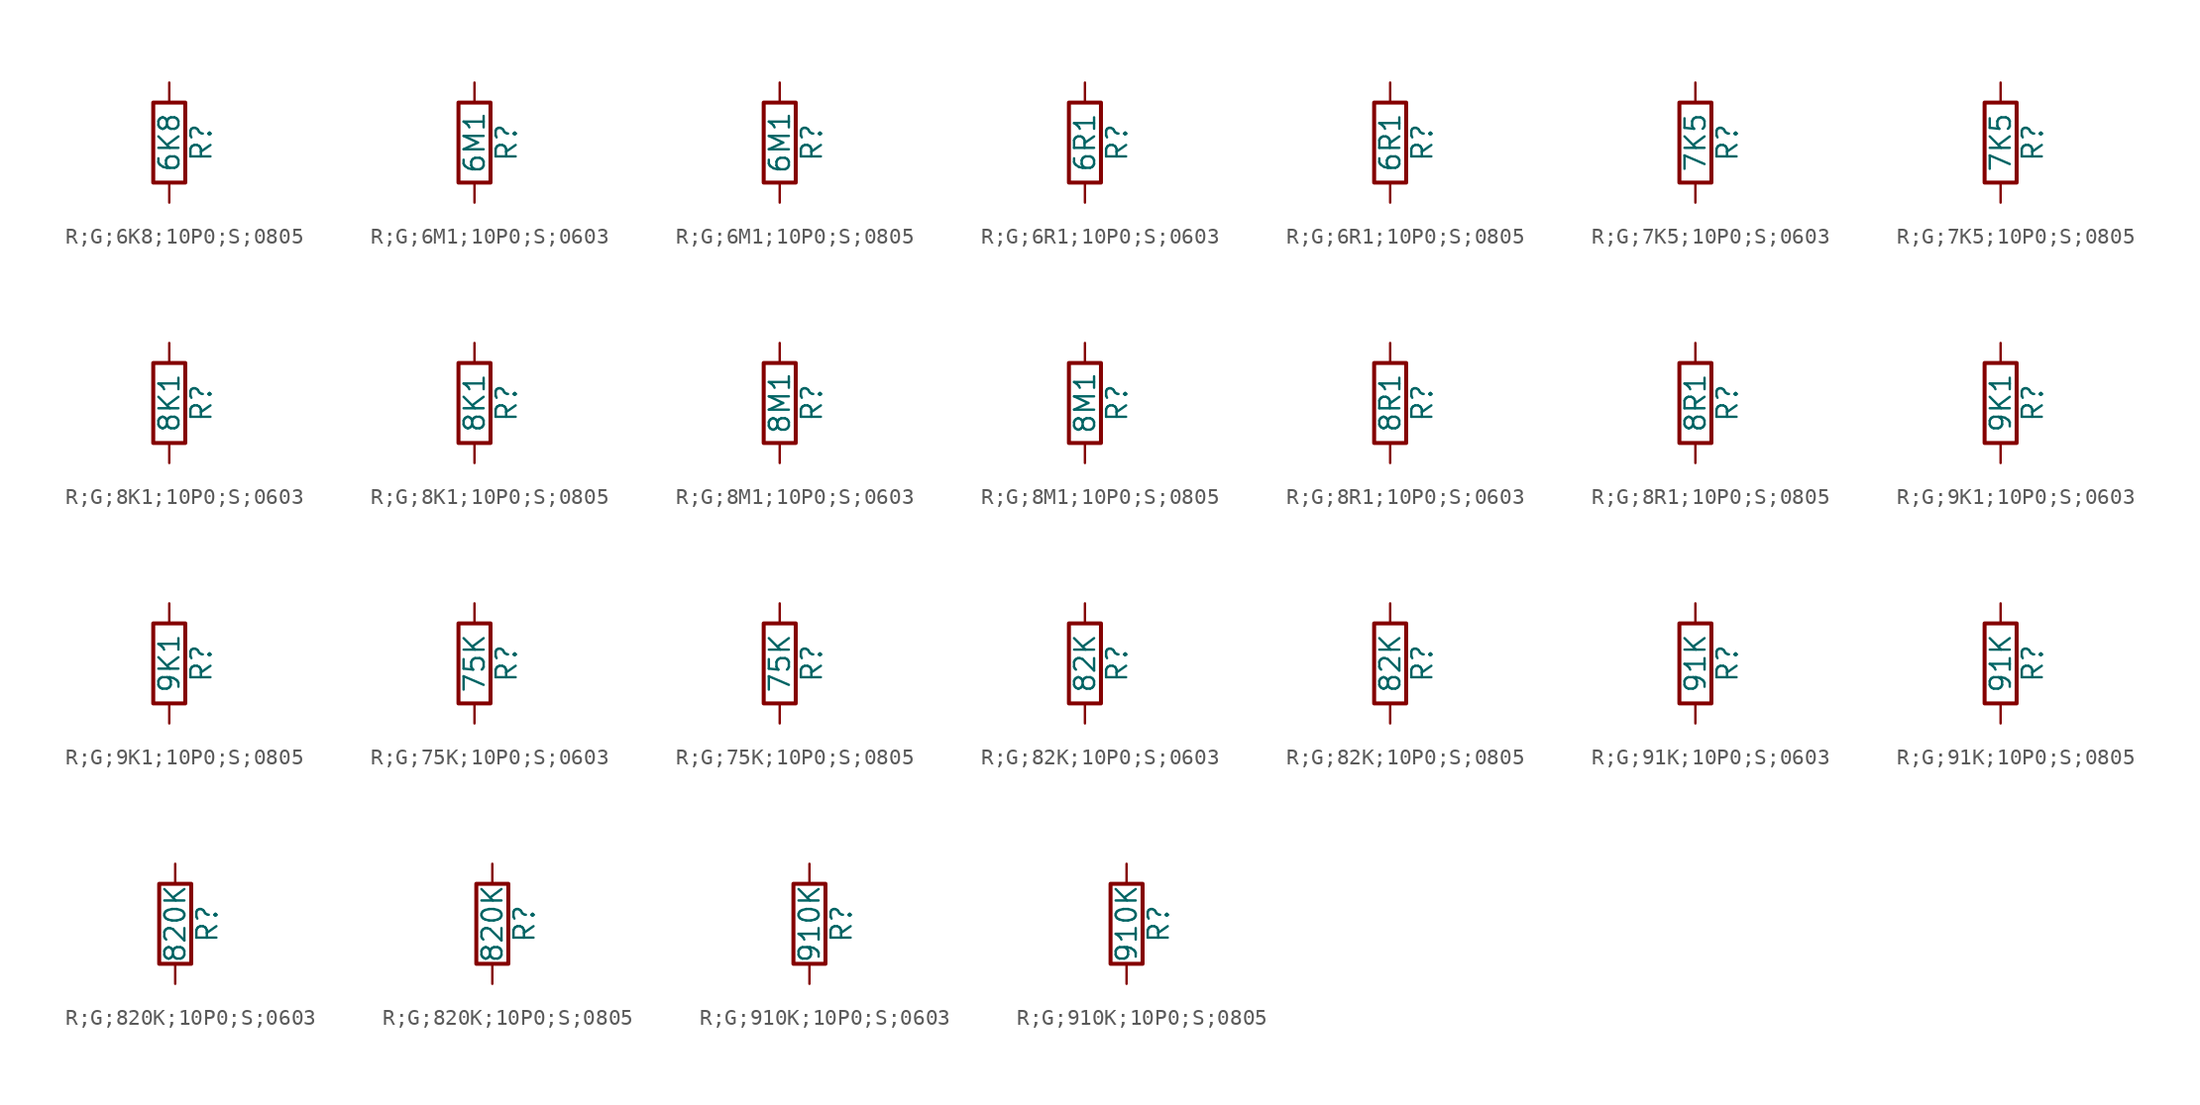
<source format=kicad_sym>
(kicad_symbol_lib
  (version 20231120)
  (generator "kicad_symbol_editor")
  (generator_version "8.0")
  (symbol "R;G;6K8;10P0;S;0805"
    (pin_numbers hide)
    (pin_names
      (offset 0))
    (property "Reference" "R"
      (at 2.032 0 90)
      (effects (font (size 1.27 1.27))))
    (property "Value" "6K8"
      (at 0 0 90)
      (effects (font (size 1.27 1.27))))
    (symbol "R;G;6K8;10P0;S;0805_0_1"
      (rectangle (start -1.016 -2.54) (end 1.016 2.54) (stroke (width 0.254) (type default)) (fill (type none))))
    (symbol "R;G;6K8;10P0;S;0805_1_1"
      (pin passive line (at 0 3.81 270) (length 1.27) (name "~" (effects (font (size 1.27 1.27)))) (number "1" (effects (font (size 1.27 1.27)))))
      (pin passive line (at 0 -3.81 90) (length 1.27) (name "~" (effects (font (size 1.27 1.27)))) (number "2" (effects (font (size 1.27 1.27)))))))
  (symbol "R;G;6M1;10P0;S;0603"
    (pin_numbers hide)
    (pin_names
      (offset 0))
    (property "Reference" "R"
      (at 2.032 0 90)
      (effects (font (size 1.27 1.27))))
    (property "Value" "6M1"
      (at 0 0 90)
      (effects (font (size 1.27 1.27))))
    (symbol "R;G;6M1;10P0;S;0603_0_1"
      (rectangle (start -1.016 -2.54) (end 1.016 2.54) (stroke (width 0.254) (type default)) (fill (type none))))
    (symbol "R;G;6M1;10P0;S;0603_1_1"
      (pin passive line (at 0 3.81 270) (length 1.27) (name "~" (effects (font (size 1.27 1.27)))) (number "1" (effects (font (size 1.27 1.27)))))
      (pin passive line (at 0 -3.81 90) (length 1.27) (name "~" (effects (font (size 1.27 1.27)))) (number "2" (effects (font (size 1.27 1.27)))))))
  (symbol "R;G;6M1;10P0;S;0805"
    (pin_numbers hide)
    (pin_names
      (offset 0))
    (property "Reference" "R"
      (at 2.032 0 90)
      (effects (font (size 1.27 1.27))))
    (property "Value" "6M1"
      (at 0 0 90)
      (effects (font (size 1.27 1.27))))
    (symbol "R;G;6M1;10P0;S;0805_0_1"
      (rectangle (start -1.016 -2.54) (end 1.016 2.54) (stroke (width 0.254) (type default)) (fill (type none))))
    (symbol "R;G;6M1;10P0;S;0805_1_1"
      (pin passive line (at 0 3.81 270) (length 1.27) (name "~" (effects (font (size 1.27 1.27)))) (number "1" (effects (font (size 1.27 1.27)))))
      (pin passive line (at 0 -3.81 90) (length 1.27) (name "~" (effects (font (size 1.27 1.27)))) (number "2" (effects (font (size 1.27 1.27)))))))
  (symbol "R;G;6R1;10P0;S;0603"
    (pin_numbers hide)
    (pin_names
      (offset 0))
    (property "Reference" "R"
      (at 2.032 0 90)
      (effects (font (size 1.27 1.27))))
    (property "Value" "6R1"
      (at 0 0 90)
      (effects (font (size 1.27 1.27))))
    (symbol "R;G;6R1;10P0;S;0603_0_1"
      (rectangle (start -1.016 -2.54) (end 1.016 2.54) (stroke (width 0.254) (type default)) (fill (type none))))
    (symbol "R;G;6R1;10P0;S;0603_1_1"
      (pin passive line (at 0 3.81 270) (length 1.27) (name "~" (effects (font (size 1.27 1.27)))) (number "1" (effects (font (size 1.27 1.27)))))
      (pin passive line (at 0 -3.81 90) (length 1.27) (name "~" (effects (font (size 1.27 1.27)))) (number "2" (effects (font (size 1.27 1.27)))))))
  (symbol "R;G;6R1;10P0;S;0805"
    (pin_numbers hide)
    (pin_names
      (offset 0))
    (property "Reference" "R"
      (at 2.032 0 90)
      (effects (font (size 1.27 1.27))))
    (property "Value" "6R1"
      (at 0 0 90)
      (effects (font (size 1.27 1.27))))
    (symbol "R;G;6R1;10P0;S;0805_0_1"
      (rectangle (start -1.016 -2.54) (end 1.016 2.54) (stroke (width 0.254) (type default)) (fill (type none))))
    (symbol "R;G;6R1;10P0;S;0805_1_1"
      (pin passive line (at 0 3.81 270) (length 1.27) (name "~" (effects (font (size 1.27 1.27)))) (number "1" (effects (font (size 1.27 1.27)))))
      (pin passive line (at 0 -3.81 90) (length 1.27) (name "~" (effects (font (size 1.27 1.27)))) (number "2" (effects (font (size 1.27 1.27)))))))
  (symbol "R;G;7K5;10P0;S;0603"
    (pin_numbers hide)
    (pin_names
      (offset 0))
    (property "Reference" "R"
      (at 2.032 0 90)
      (effects (font (size 1.27 1.27))))
    (property "Value" "7K5"
      (at 0 0 90)
      (effects (font (size 1.27 1.27))))
    (symbol "R;G;7K5;10P0;S;0603_0_1"
      (rectangle (start -1.016 -2.54) (end 1.016 2.54) (stroke (width 0.254) (type default)) (fill (type none))))
    (symbol "R;G;7K5;10P0;S;0603_1_1"
      (pin passive line (at 0 3.81 270) (length 1.27) (name "~" (effects (font (size 1.27 1.27)))) (number "1" (effects (font (size 1.27 1.27)))))
      (pin passive line (at 0 -3.81 90) (length 1.27) (name "~" (effects (font (size 1.27 1.27)))) (number "2" (effects (font (size 1.27 1.27)))))))
  (symbol "R;G;7K5;10P0;S;0805"
    (pin_numbers hide)
    (pin_names
      (offset 0))
    (property "Reference" "R"
      (at 2.032 0 90)
      (effects (font (size 1.27 1.27))))
    (property "Value" "7K5"
      (at 0 0 90)
      (effects (font (size 1.27 1.27))))
    (symbol "R;G;7K5;10P0;S;0805_0_1"
      (rectangle (start -1.016 -2.54) (end 1.016 2.54) (stroke (width 0.254) (type default)) (fill (type none))))
    (symbol "R;G;7K5;10P0;S;0805_1_1"
      (pin passive line (at 0 3.81 270) (length 1.27) (name "~" (effects (font (size 1.27 1.27)))) (number "1" (effects (font (size 1.27 1.27)))))
      (pin passive line (at 0 -3.81 90) (length 1.27) (name "~" (effects (font (size 1.27 1.27)))) (number "2" (effects (font (size 1.27 1.27)))))))
  (symbol "R;G;8K1;10P0;S;0603"
    (pin_numbers hide)
    (pin_names
      (offset 0))
    (property "Reference" "R"
      (at 2.032 0 90)
      (effects (font (size 1.27 1.27))))
    (property "Value" "8K1"
      (at 0 0 90)
      (effects (font (size 1.27 1.27))))
    (symbol "R;G;8K1;10P0;S;0603_0_1"
      (rectangle (start -1.016 -2.54) (end 1.016 2.54) (stroke (width 0.254) (type default)) (fill (type none))))
    (symbol "R;G;8K1;10P0;S;0603_1_1"
      (pin passive line (at 0 3.81 270) (length 1.27) (name "~" (effects (font (size 1.27 1.27)))) (number "1" (effects (font (size 1.27 1.27)))))
      (pin passive line (at 0 -3.81 90) (length 1.27) (name "~" (effects (font (size 1.27 1.27)))) (number "2" (effects (font (size 1.27 1.27)))))))
  (symbol "R;G;8K1;10P0;S;0805"
    (pin_numbers hide)
    (pin_names
      (offset 0))
    (property "Reference" "R"
      (at 2.032 0 90)
      (effects (font (size 1.27 1.27))))
    (property "Value" "8K1"
      (at 0 0 90)
      (effects (font (size 1.27 1.27))))
    (symbol "R;G;8K1;10P0;S;0805_0_1"
      (rectangle (start -1.016 -2.54) (end 1.016 2.54) (stroke (width 0.254) (type default)) (fill (type none))))
    (symbol "R;G;8K1;10P0;S;0805_1_1"
      (pin passive line (at 0 3.81 270) (length 1.27) (name "~" (effects (font (size 1.27 1.27)))) (number "1" (effects (font (size 1.27 1.27)))))
      (pin passive line (at 0 -3.81 90) (length 1.27) (name "~" (effects (font (size 1.27 1.27)))) (number "2" (effects (font (size 1.27 1.27)))))))
  (symbol "R;G;8M1;10P0;S;0603"
    (pin_numbers hide)
    (pin_names
      (offset 0))
    (property "Reference" "R"
      (at 2.032 0 90)
      (effects (font (size 1.27 1.27))))
    (property "Value" "8M1"
      (at 0 0 90)
      (effects (font (size 1.27 1.27))))
    (symbol "R;G;8M1;10P0;S;0603_0_1"
      (rectangle (start -1.016 -2.54) (end 1.016 2.54) (stroke (width 0.254) (type default)) (fill (type none))))
    (symbol "R;G;8M1;10P0;S;0603_1_1"
      (pin passive line (at 0 3.81 270) (length 1.27) (name "~" (effects (font (size 1.27 1.27)))) (number "1" (effects (font (size 1.27 1.27)))))
      (pin passive line (at 0 -3.81 90) (length 1.27) (name "~" (effects (font (size 1.27 1.27)))) (number "2" (effects (font (size 1.27 1.27)))))))
  (symbol "R;G;8M1;10P0;S;0805"
    (pin_numbers hide)
    (pin_names
      (offset 0))
    (property "Reference" "R"
      (at 2.032 0 90)
      (effects (font (size 1.27 1.27))))
    (property "Value" "8M1"
      (at 0 0 90)
      (effects (font (size 1.27 1.27))))
    (symbol "R;G;8M1;10P0;S;0805_0_1"
      (rectangle (start -1.016 -2.54) (end 1.016 2.54) (stroke (width 0.254) (type default)) (fill (type none))))
    (symbol "R;G;8M1;10P0;S;0805_1_1"
      (pin passive line (at 0 3.81 270) (length 1.27) (name "~" (effects (font (size 1.27 1.27)))) (number "1" (effects (font (size 1.27 1.27)))))
      (pin passive line (at 0 -3.81 90) (length 1.27) (name "~" (effects (font (size 1.27 1.27)))) (number "2" (effects (font (size 1.27 1.27)))))))
  (symbol "R;G;8R1;10P0;S;0603"
    (pin_numbers hide)
    (pin_names
      (offset 0))
    (property "Reference" "R"
      (at 2.032 0 90)
      (effects (font (size 1.27 1.27))))
    (property "Value" "8R1"
      (at 0 0 90)
      (effects (font (size 1.27 1.27))))
    (symbol "R;G;8R1;10P0;S;0603_0_1"
      (rectangle (start -1.016 -2.54) (end 1.016 2.54) (stroke (width 0.254) (type default)) (fill (type none))))
    (symbol "R;G;8R1;10P0;S;0603_1_1"
      (pin passive line (at 0 3.81 270) (length 1.27) (name "~" (effects (font (size 1.27 1.27)))) (number "1" (effects (font (size 1.27 1.27)))))
      (pin passive line (at 0 -3.81 90) (length 1.27) (name "~" (effects (font (size 1.27 1.27)))) (number "2" (effects (font (size 1.27 1.27)))))))
  (symbol "R;G;8R1;10P0;S;0805"
    (pin_numbers hide)
    (pin_names
      (offset 0))
    (property "Reference" "R"
      (at 2.032 0 90)
      (effects (font (size 1.27 1.27))))
    (property "Value" "8R1"
      (at 0 0 90)
      (effects (font (size 1.27 1.27))))
    (symbol "R;G;8R1;10P0;S;0805_0_1"
      (rectangle (start -1.016 -2.54) (end 1.016 2.54) (stroke (width 0.254) (type default)) (fill (type none))))
    (symbol "R;G;8R1;10P0;S;0805_1_1"
      (pin passive line (at 0 3.81 270) (length 1.27) (name "~" (effects (font (size 1.27 1.27)))) (number "1" (effects (font (size 1.27 1.27)))))
      (pin passive line (at 0 -3.81 90) (length 1.27) (name "~" (effects (font (size 1.27 1.27)))) (number "2" (effects (font (size 1.27 1.27)))))))
  (symbol "R;G;9K1;10P0;S;0603"
    (pin_numbers hide)
    (pin_names
      (offset 0))
    (property "Reference" "R"
      (at 2.032 0 90)
      (effects (font (size 1.27 1.27))))
    (property "Value" "9K1"
      (at 0 0 90)
      (effects (font (size 1.27 1.27))))
    (symbol "R;G;9K1;10P0;S;0603_0_1"
      (rectangle (start -1.016 -2.54) (end 1.016 2.54) (stroke (width 0.254) (type default)) (fill (type none))))
    (symbol "R;G;9K1;10P0;S;0603_1_1"
      (pin passive line (at 0 3.81 270) (length 1.27) (name "~" (effects (font (size 1.27 1.27)))) (number "1" (effects (font (size 1.27 1.27)))))
      (pin passive line (at 0 -3.81 90) (length 1.27) (name "~" (effects (font (size 1.27 1.27)))) (number "2" (effects (font (size 1.27 1.27)))))))
  (symbol "R;G;9K1;10P0;S;0805"
    (pin_numbers hide)
    (pin_names
      (offset 0))
    (property "Reference" "R"
      (at 2.032 0 90)
      (effects (font (size 1.27 1.27))))
    (property "Value" "9K1"
      (at 0 0 90)
      (effects (font (size 1.27 1.27))))
    (symbol "R;G;9K1;10P0;S;0805_0_1"
      (rectangle (start -1.016 -2.54) (end 1.016 2.54) (stroke (width 0.254) (type default)) (fill (type none))))
    (symbol "R;G;9K1;10P0;S;0805_1_1"
      (pin passive line (at 0 3.81 270) (length 1.27) (name "~" (effects (font (size 1.27 1.27)))) (number "1" (effects (font (size 1.27 1.27)))))
      (pin passive line (at 0 -3.81 90) (length 1.27) (name "~" (effects (font (size 1.27 1.27)))) (number "2" (effects (font (size 1.27 1.27)))))))
  (symbol "R;G;75K;10P0;S;0603"
    (pin_numbers hide)
    (pin_names
      (offset 0))
    (property "Reference" "R"
      (at 2.032 0 90)
      (effects (font (size 1.27 1.27))))
    (property "Value" "75K"
      (at 0 0 90)
      (effects (font (size 1.27 1.27))))
    (symbol "R;G;75K;10P0;S;0603_0_1"
      (rectangle (start -1.016 -2.54) (end 1.016 2.54) (stroke (width 0.254) (type default)) (fill (type none))))
    (symbol "R;G;75K;10P0;S;0603_1_1"
      (pin passive line (at 0 3.81 270) (length 1.27) (name "~" (effects (font (size 1.27 1.27)))) (number "1" (effects (font (size 1.27 1.27)))))
      (pin passive line (at 0 -3.81 90) (length 1.27) (name "~" (effects (font (size 1.27 1.27)))) (number "2" (effects (font (size 1.27 1.27)))))))
  (symbol "R;G;75K;10P0;S;0805"
    (pin_numbers hide)
    (pin_names
      (offset 0))
    (property "Reference" "R"
      (at 2.032 0 90)
      (effects (font (size 1.27 1.27))))
    (property "Value" "75K"
      (at 0 0 90)
      (effects (font (size 1.27 1.27))))
    (symbol "R;G;75K;10P0;S;0805_0_1"
      (rectangle (start -1.016 -2.54) (end 1.016 2.54) (stroke (width 0.254) (type default)) (fill (type none))))
    (symbol "R;G;75K;10P0;S;0805_1_1"
      (pin passive line (at 0 3.81 270) (length 1.27) (name "~" (effects (font (size 1.27 1.27)))) (number "1" (effects (font (size 1.27 1.27)))))
      (pin passive line (at 0 -3.81 90) (length 1.27) (name "~" (effects (font (size 1.27 1.27)))) (number "2" (effects (font (size 1.27 1.27)))))))
  (symbol "R;G;82K;10P0;S;0603"
    (pin_numbers hide)
    (pin_names
      (offset 0))
    (property "Reference" "R"
      (at 2.032 0 90)
      (effects (font (size 1.27 1.27))))
    (property "Value" "82K"
      (at 0 0 90)
      (effects (font (size 1.27 1.27))))
    (symbol "R;G;82K;10P0;S;0603_0_1"
      (rectangle (start -1.016 -2.54) (end 1.016 2.54) (stroke (width 0.254) (type default)) (fill (type none))))
    (symbol "R;G;82K;10P0;S;0603_1_1"
      (pin passive line (at 0 3.81 270) (length 1.27) (name "~" (effects (font (size 1.27 1.27)))) (number "1" (effects (font (size 1.27 1.27)))))
      (pin passive line (at 0 -3.81 90) (length 1.27) (name "~" (effects (font (size 1.27 1.27)))) (number "2" (effects (font (size 1.27 1.27)))))))
  (symbol "R;G;82K;10P0;S;0805"
    (pin_numbers hide)
    (pin_names
      (offset 0))
    (property "Reference" "R"
      (at 2.032 0 90)
      (effects (font (size 1.27 1.27))))
    (property "Value" "82K"
      (at 0 0 90)
      (effects (font (size 1.27 1.27))))
    (symbol "R;G;82K;10P0;S;0805_0_1"
      (rectangle (start -1.016 -2.54) (end 1.016 2.54) (stroke (width 0.254) (type default)) (fill (type none))))
    (symbol "R;G;82K;10P0;S;0805_1_1"
      (pin passive line (at 0 3.81 270) (length 1.27) (name "~" (effects (font (size 1.27 1.27)))) (number "1" (effects (font (size 1.27 1.27)))))
      (pin passive line (at 0 -3.81 90) (length 1.27) (name "~" (effects (font (size 1.27 1.27)))) (number "2" (effects (font (size 1.27 1.27)))))))
  (symbol "R;G;91K;10P0;S;0603"
    (pin_numbers hide)
    (pin_names
      (offset 0))
    (property "Reference" "R"
      (at 2.032 0 90)
      (effects (font (size 1.27 1.27))))
    (property "Value" "91K"
      (at 0 0 90)
      (effects (font (size 1.27 1.27))))
    (symbol "R;G;91K;10P0;S;0603_0_1"
      (rectangle (start -1.016 -2.54) (end 1.016 2.54) (stroke (width 0.254) (type default)) (fill (type none))))
    (symbol "R;G;91K;10P0;S;0603_1_1"
      (pin passive line (at 0 3.81 270) (length 1.27) (name "~" (effects (font (size 1.27 1.27)))) (number "1" (effects (font (size 1.27 1.27)))))
      (pin passive line (at 0 -3.81 90) (length 1.27) (name "~" (effects (font (size 1.27 1.27)))) (number "2" (effects (font (size 1.27 1.27)))))))
  (symbol "R;G;91K;10P0;S;0805"
    (pin_numbers hide)
    (pin_names
      (offset 0))
    (property "Reference" "R"
      (at 2.032 0 90)
      (effects (font (size 1.27 1.27))))
    (property "Value" "91K"
      (at 0 0 90)
      (effects (font (size 1.27 1.27))))
    (symbol "R;G;91K;10P0;S;0805_0_1"
      (rectangle (start -1.016 -2.54) (end 1.016 2.54) (stroke (width 0.254) (type default)) (fill (type none))))
    (symbol "R;G;91K;10P0;S;0805_1_1"
      (pin passive line (at 0 3.81 270) (length 1.27) (name "~" (effects (font (size 1.27 1.27)))) (number "1" (effects (font (size 1.27 1.27)))))
      (pin passive line (at 0 -3.81 90) (length 1.27) (name "~" (effects (font (size 1.27 1.27)))) (number "2" (effects (font (size 1.27 1.27)))))))
  (symbol "R;G;820K;10P0;S;0603"
    (pin_numbers hide)
    (pin_names
      (offset 0))
    (property "Reference" "R"
      (at 2.032 0 90)
      (effects (font (size 1.27 1.27))))
    (property "Value" "820K"
      (at 0 0 90)
      (effects (font (size 1.27 1.27))))
    (symbol "R;G;820K;10P0;S;0603_0_1"
      (rectangle (start -1.016 -2.54) (end 1.016 2.54) (stroke (width 0.254) (type default)) (fill (type none))))
    (symbol "R;G;820K;10P0;S;0603_1_1"
      (pin passive line (at 0 3.81 270) (length 1.27) (name "~" (effects (font (size 1.27 1.27)))) (number "1" (effects (font (size 1.27 1.27)))))
      (pin passive line (at 0 -3.81 90) (length 1.27) (name "~" (effects (font (size 1.27 1.27)))) (number "2" (effects (font (size 1.27 1.27)))))))
  (symbol "R;G;820K;10P0;S;0805"
    (pin_numbers hide)
    (pin_names
      (offset 0))
    (property "Reference" "R"
      (at 2.032 0 90)
      (effects (font (size 1.27 1.27))))
    (property "Value" "820K"
      (at 0 0 90)
      (effects (font (size 1.27 1.27))))
    (symbol "R;G;820K;10P0;S;0805_0_1"
      (rectangle (start -1.016 -2.54) (end 1.016 2.54) (stroke (width 0.254) (type default)) (fill (type none))))
    (symbol "R;G;820K;10P0;S;0805_1_1"
      (pin passive line (at 0 3.81 270) (length 1.27) (name "~" (effects (font (size 1.27 1.27)))) (number "1" (effects (font (size 1.27 1.27)))))
      (pin passive line (at 0 -3.81 90) (length 1.27) (name "~" (effects (font (size 1.27 1.27)))) (number "2" (effects (font (size 1.27 1.27)))))))
  (symbol "R;G;910K;10P0;S;0603"
    (pin_numbers hide)
    (pin_names
      (offset 0))
    (property "Reference" "R"
      (at 2.032 0 90)
      (effects (font (size 1.27 1.27))))
    (property "Value" "910K"
      (at 0 0 90)
      (effects (font (size 1.27 1.27))))
    (symbol "R;G;910K;10P0;S;0603_0_1"
      (rectangle (start -1.016 -2.54) (end 1.016 2.54) (stroke (width 0.254) (type default)) (fill (type none))))
    (symbol "R;G;910K;10P0;S;0603_1_1"
      (pin passive line (at 0 3.81 270) (length 1.27) (name "~" (effects (font (size 1.27 1.27)))) (number "1" (effects (font (size 1.27 1.27)))))
      (pin passive line (at 0 -3.81 90) (length 1.27) (name "~" (effects (font (size 1.27 1.27)))) (number "2" (effects (font (size 1.27 1.27)))))))
  (symbol "R;G;910K;10P0;S;0805"
    (pin_numbers hide)
    (pin_names
      (offset 0))
    (property "Reference" "R"
      (at 2.032 0 90)
      (effects (font (size 1.27 1.27))))
    (property "Value" "910K"
      (at 0 0 90)
      (effects (font (size 1.27 1.27))))
    (symbol "R;G;910K;10P0;S;0805_0_1"
      (rectangle (start -1.016 -2.54) (end 1.016 2.54) (stroke (width 0.254) (type default)) (fill (type none))))
    (symbol "R;G;910K;10P0;S;0805_1_1"
      (pin passive line (at 0 3.81 270) (length 1.27) (name "~" (effects (font (size 1.27 1.27)))) (number "1" (effects (font (size 1.27 1.27)))))
      (pin passive line (at 0 -3.81 90) (length 1.27) (name "~" (effects (font (size 1.27 1.27)))) (number "2" (effects (font (size 1.27 1.27))))))))
</source>
